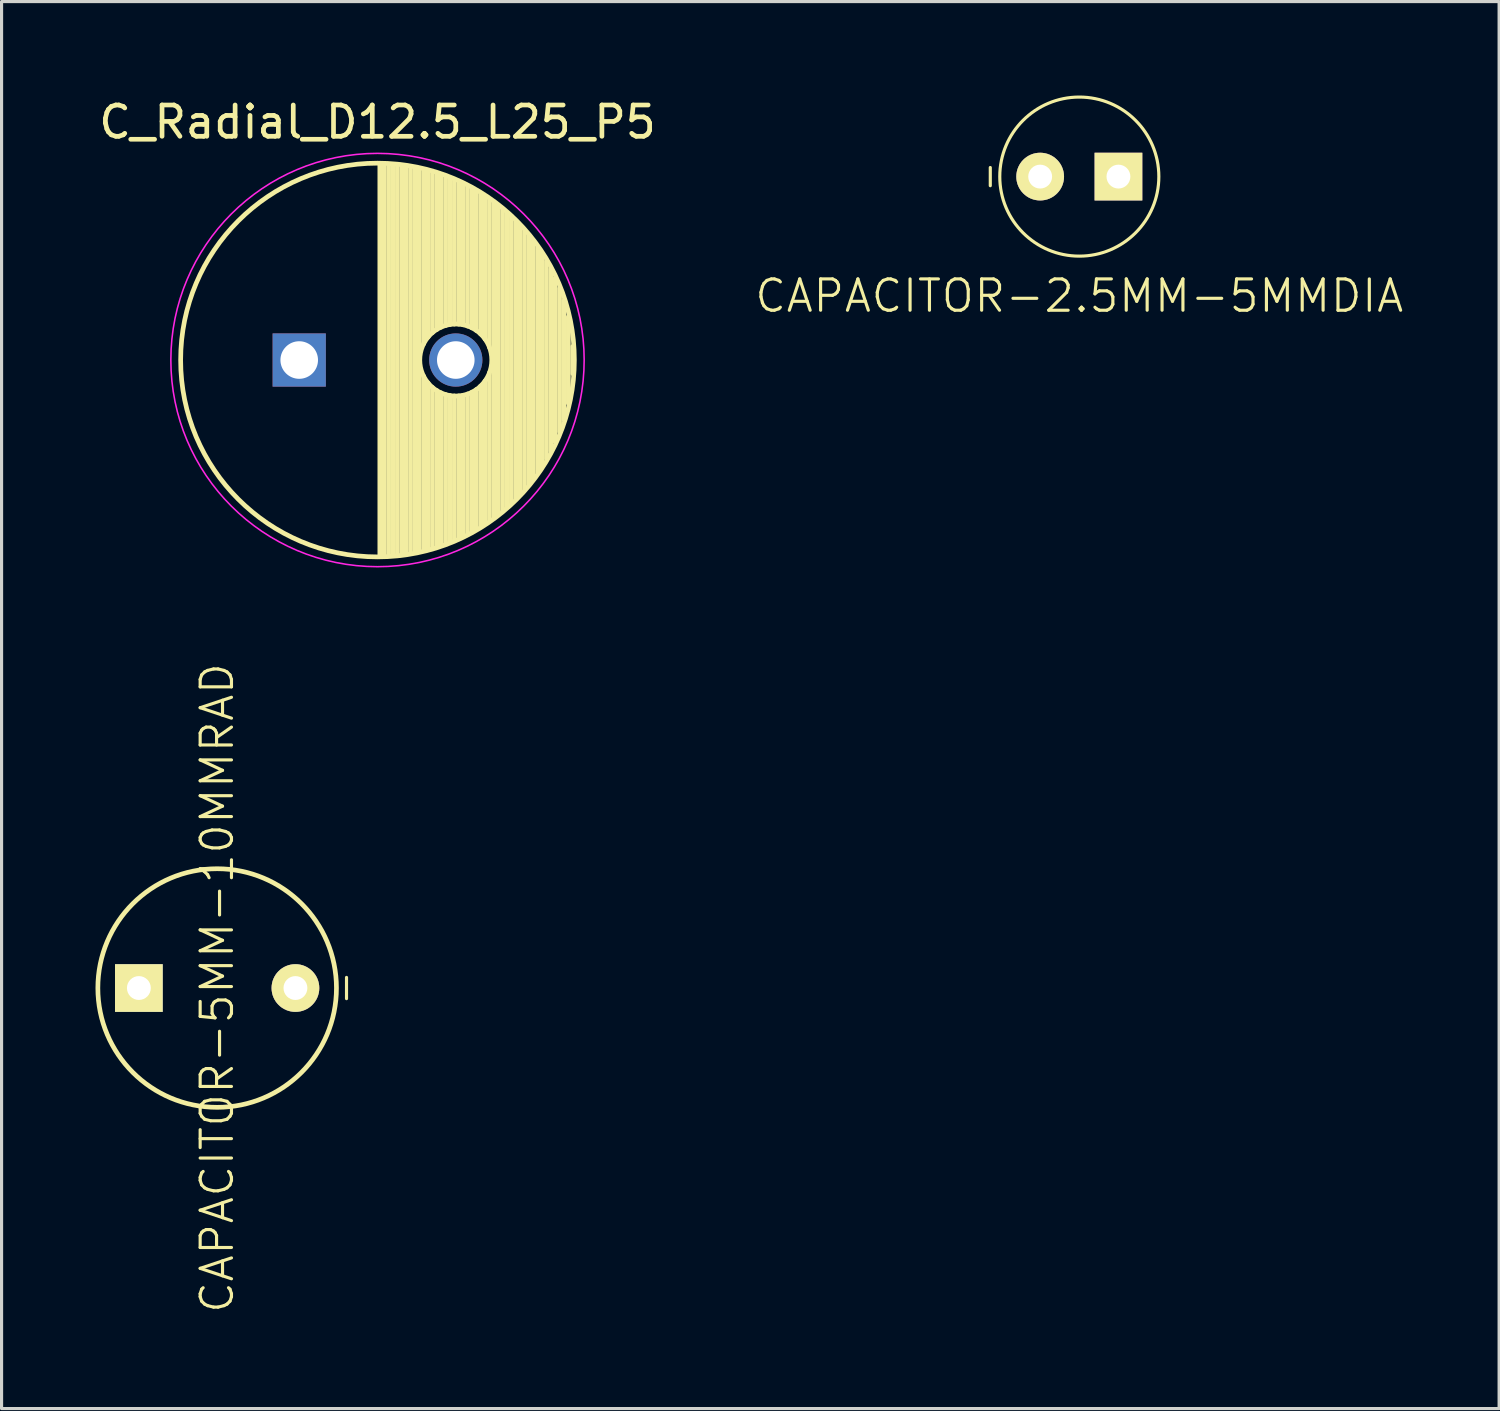
<source format=kicad_pcb>
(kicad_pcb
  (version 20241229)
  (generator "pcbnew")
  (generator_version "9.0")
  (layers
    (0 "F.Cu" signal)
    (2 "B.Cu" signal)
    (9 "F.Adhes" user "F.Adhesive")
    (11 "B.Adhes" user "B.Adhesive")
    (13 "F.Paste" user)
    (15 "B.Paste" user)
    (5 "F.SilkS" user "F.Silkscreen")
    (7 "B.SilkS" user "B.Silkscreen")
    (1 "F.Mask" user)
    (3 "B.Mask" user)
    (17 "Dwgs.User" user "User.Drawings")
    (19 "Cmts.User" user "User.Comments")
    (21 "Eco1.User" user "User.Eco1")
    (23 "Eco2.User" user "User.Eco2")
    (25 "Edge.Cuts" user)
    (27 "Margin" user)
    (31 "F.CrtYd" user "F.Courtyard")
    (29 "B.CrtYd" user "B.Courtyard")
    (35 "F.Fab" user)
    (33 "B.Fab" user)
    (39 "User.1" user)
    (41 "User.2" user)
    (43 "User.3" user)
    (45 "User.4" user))
  (footprint "CAPACITOR-2.5MM-5MMDIA"
    (layer "F.Cu")
    (at 31.419 2.59)
    (property "Reference" "CAPACITOR-2.5MM-5MMDIA" (at 0 3.81 0) (layer "F.SilkS") (effects (font (size 1 1) (thickness 0.1))))
    (attr through_hole)
    (fp_circle (center 0 0) (end -2.54 0) (stroke (width 0.1) (type solid)) (fill no) (layer "F.SilkS"))
    (fp_text user "-" (at -2.9 0 90) (layer "F.SilkS") (effects (font (size 0.762 0.762) (thickness 0.1))))
    (pad "1" thru_hole circle (at -1.25 0) (size 1.524 1.524) (drill 0.762) (layers "*.Cu" "*.Mask" "F.SilkS"))
    (pad "2" thru_hole rect (at 1.25 0) (size 1.524 1.524) (drill 0.762) (layers "*.Cu" "*.Mask" "F.SilkS")))
  (footprint "C_Radial_D12.5_L25_P5"
    (layer "F.Cu")
    (at 6.506 8.448)
    (property "Reference" "C_Radial_D12.5_L25_P5" (at 2.5 -7.6 0) (layer "F.SilkS") (effects (font (size 1 1) (thickness 0.15))))
    (attr through_hole)
    (fp_line (start 2.575 -6.25) (end 2.575 6.25) (stroke (width 0.15) (type solid)) (layer "F.SilkS"))
    (fp_line (start 2.715 -6.246) (end 2.715 6.246) (stroke (width 0.15) (type solid)) (layer "F.SilkS"))
    (fp_line (start 2.855 -6.24) (end 2.855 6.24) (stroke (width 0.15) (type solid)) (layer "F.SilkS"))
    (fp_line (start 2.995 -6.23) (end 2.995 6.23) (stroke (width 0.15) (type solid)) (layer "F.SilkS"))
    (fp_line (start 3.135 -6.218) (end 3.135 6.218) (stroke (width 0.15) (type solid)) (layer "F.SilkS"))
    (fp_line (start 3.275 -6.202) (end 3.275 6.202) (stroke (width 0.15) (type solid)) (layer "F.SilkS"))
    (fp_line (start 3.415 -6.183) (end 3.415 6.183) (stroke (width 0.15) (type solid)) (layer "F.SilkS"))
    (fp_line (start 3.555 -6.16) (end 3.555 6.16) (stroke (width 0.15) (type solid)) (layer "F.SilkS"))
    (fp_line (start 3.695 -6.135) (end 3.695 6.135) (stroke (width 0.15) (type solid)) (layer "F.SilkS"))
    (fp_line (start 3.835 -6.106) (end 3.835 6.106) (stroke (width 0.15) (type solid)) (layer "F.SilkS"))
    (fp_line (start 3.975 -6.073) (end 3.975 -0.521) (stroke (width 0.15) (type solid)) (layer "F.SilkS"))
    (fp_line (start 3.975 0.521) (end 3.975 6.073) (stroke (width 0.15) (type solid)) (layer "F.SilkS"))
    (fp_line (start 4.115 -6.038) (end 4.115 -0.734) (stroke (width 0.15) (type solid)) (layer "F.SilkS"))
    (fp_line (start 4.115 0.734) (end 4.115 6.038) (stroke (width 0.15) (type solid)) (layer "F.SilkS"))
    (fp_line (start 4.255 -5.999) (end 4.255 -0.876) (stroke (width 0.15) (type solid)) (layer "F.SilkS"))
    (fp_line (start 4.255 0.876) (end 4.255 5.999) (stroke (width 0.15) (type solid)) (layer "F.SilkS"))
    (fp_line (start 4.395 -5.956) (end 4.395 -0.978) (stroke (width 0.15) (type solid)) (layer "F.SilkS"))
    (fp_line (start 4.395 0.978) (end 4.395 5.956) (stroke (width 0.15) (type solid)) (layer "F.SilkS"))
    (fp_line (start 4.535 -5.909) (end 4.535 -1.052) (stroke (width 0.15) (type solid)) (layer "F.SilkS"))
    (fp_line (start 4.535 1.052) (end 4.535 5.909) (stroke (width 0.15) (type solid)) (layer "F.SilkS"))
    (fp_line (start 4.675 -5.859) (end 4.675 -1.103) (stroke (width 0.15) (type solid)) (layer "F.SilkS"))
    (fp_line (start 4.675 1.103) (end 4.675 5.859) (stroke (width 0.15) (type solid)) (layer "F.SilkS"))
    (fp_line (start 4.815 -5.805) (end 4.815 -1.135) (stroke (width 0.15) (type solid)) (layer "F.SilkS"))
    (fp_line (start 4.815 1.135) (end 4.815 5.805) (stroke (width 0.15) (type solid)) (layer "F.SilkS"))
    (fp_line (start 4.955 -5.748) (end 4.955 -1.149) (stroke (width 0.15) (type solid)) (layer "F.SilkS"))
    (fp_line (start 4.955 1.149) (end 4.955 5.748) (stroke (width 0.15) (type solid)) (layer "F.SilkS"))
    (fp_line (start 5.095 -5.686) (end 5.095 -1.146) (stroke (width 0.15) (type solid)) (layer "F.SilkS"))
    (fp_line (start 5.095 1.146) (end 5.095 5.686) (stroke (width 0.15) (type solid)) (layer "F.SilkS"))
    (fp_line (start 5.235 -5.62) (end 5.235 -1.126) (stroke (width 0.15) (type solid)) (layer "F.SilkS"))
    (fp_line (start 5.235 1.126) (end 5.235 5.62) (stroke (width 0.15) (type solid)) (layer "F.SilkS"))
    (fp_line (start 5.375 -5.549) (end 5.375 -1.087) (stroke (width 0.15) (type solid)) (layer "F.SilkS"))
    (fp_line (start 5.375 1.087) (end 5.375 5.549) (stroke (width 0.15) (type solid)) (layer "F.SilkS"))
    (fp_line (start 5.515 -5.475) (end 5.515 -1.028) (stroke (width 0.15) (type solid)) (layer "F.SilkS"))
    (fp_line (start 5.515 1.028) (end 5.515 5.475) (stroke (width 0.15) (type solid)) (layer "F.SilkS"))
    (fp_line (start 5.655 -5.395) (end 5.655 -0.945) (stroke (width 0.15) (type solid)) (layer "F.SilkS"))
    (fp_line (start 5.655 0.945) (end 5.655 5.395) (stroke (width 0.15) (type solid)) (layer "F.SilkS"))
    (fp_line (start 5.795 -5.311) (end 5.795 -0.831) (stroke (width 0.15) (type solid)) (layer "F.SilkS"))
    (fp_line (start 5.795 0.831) (end 5.795 5.311) (stroke (width 0.15) (type solid)) (layer "F.SilkS"))
    (fp_line (start 5.935 -5.221) (end 5.935 -0.67) (stroke (width 0.15) (type solid)) (layer "F.SilkS"))
    (fp_line (start 5.935 0.67) (end 5.935 5.221) (stroke (width 0.15) (type solid)) (layer "F.SilkS"))
    (fp_line (start 6.075 -5.127) (end 6.075 -0.409) (stroke (width 0.15) (type solid)) (layer "F.SilkS"))
    (fp_line (start 6.075 0.409) (end 6.075 5.127) (stroke (width 0.15) (type solid)) (layer "F.SilkS"))
    (fp_line (start 6.215 -5.026) (end 6.215 5.026) (stroke (width 0.15) (type solid)) (layer "F.SilkS"))
    (fp_line (start 6.355 -4.919) (end 6.355 4.919) (stroke (width 0.15) (type solid)) (layer "F.SilkS"))
    (fp_line (start 6.495 -4.807) (end 6.495 4.807) (stroke (width 0.15) (type solid)) (layer "F.SilkS"))
    (fp_line (start 6.635 -4.687) (end 6.635 4.687) (stroke (width 0.15) (type solid)) (layer "F.SilkS"))
    (fp_line (start 6.775 -4.559) (end 6.775 4.559) (stroke (width 0.15) (type solid)) (layer "F.SilkS"))
    (fp_line (start 6.915 -4.424) (end 6.915 4.424) (stroke (width 0.15) (type solid)) (layer "F.SilkS"))
    (fp_line (start 7.055 -4.28) (end 7.055 4.28) (stroke (width 0.15) (type solid)) (layer "F.SilkS"))
    (fp_line (start 7.195 -4.125) (end 7.195 4.125) (stroke (width 0.15) (type solid)) (layer "F.SilkS"))
    (fp_line (start 7.335 -3.96) (end 7.335 3.96) (stroke (width 0.15) (type solid)) (layer "F.SilkS"))
    (fp_line (start 7.475 -3.783) (end 7.475 3.783) (stroke (width 0.15) (type solid)) (layer "F.SilkS"))
    (fp_line (start 7.615 -3.592) (end 7.615 3.592) (stroke (width 0.15) (type solid)) (layer "F.SilkS"))
    (fp_line (start 7.755 -3.383) (end 7.755 3.383) (stroke (width 0.15) (type solid)) (layer "F.SilkS"))
    (fp_line (start 7.895 -3.155) (end 7.895 3.155) (stroke (width 0.15) (type solid)) (layer "F.SilkS"))
    (fp_line (start 8.035 -2.903) (end 8.035 2.903) (stroke (width 0.15) (type solid)) (layer "F.SilkS"))
    (fp_line (start 8.175 -2.619) (end 8.175 2.619) (stroke (width 0.15) (type solid)) (layer "F.SilkS"))
    (fp_line (start 8.315 -2.291) (end 8.315 2.291) (stroke (width 0.15) (type solid)) (layer "F.SilkS"))
    (fp_line (start 8.455 -1.897) (end 8.455 1.897) (stroke (width 0.15) (type solid)) (layer "F.SilkS"))
    (fp_line (start 8.595 -1.383) (end 8.595 1.383) (stroke (width 0.15) (type solid)) (layer "F.SilkS"))
    (fp_line (start 8.735 -0.433) (end 8.735 0.433) (stroke (width 0.15) (type solid)) (layer "F.SilkS"))
    (fp_circle (center 2.5 0) (end 2.5 -6.287) (stroke (width 0.15) (type solid)) (fill no) (layer "F.SilkS"))
    (fp_circle (center 5 0) (end 5 -1.15) (stroke (width 0.15) (type solid)) (fill no) (layer "F.SilkS"))
    (fp_circle (center 2.5 0) (end 2.5 -6.6) (stroke (width 0.05) (type solid)) (fill no) (layer "F.CrtYd"))
    (pad "1" thru_hole rect (at 0 0) (size 1.7 1.7) (drill 1.2) (layers "*.Cu" "*.Mask"))
    (pad "2" thru_hole circle (at 5 0) (size 1.7 1.7) (drill 1.2) (layers "*.Cu" "*.Mask")))
  (footprint "CAPACITOR-5MM-10MMRAD"
    (layer "F.Cu")
    (at 3.885 28.504)
    (property "Reference" "CAPACITOR-5MM-10MMRAD" (at 0 0 90) (layer "F.SilkS") (effects (font (size 1 1) (thickness 0.1))))
    (attr through_hole)
    (fp_circle (center 0 0) (end -3.81 0) (stroke (width 0.15) (type solid)) (fill no) (layer "F.SilkS"))
    (fp_text user "-" (at 4.064 0 90) (layer "F.SilkS") (effects (font (size 0.889 0.889) (thickness 0.1))))
    (pad "1" thru_hole rect (at -2.5 0) (size 1.524 1.524) (drill 0.762) (layers "*.Cu" "*.Mask" "F.SilkS"))
    (pad "2" thru_hole circle (at 2.5 0) (size 1.524 1.524) (drill 0.762) (layers "*.Cu" "*.Mask" "F.SilkS")))
  (gr_rect
    (start -3 -3)
    (end 44.826 41.935)
    (stroke (width 0.1) (type default))
    (fill no)
    (layer "Edge.Cuts")))
</source>
